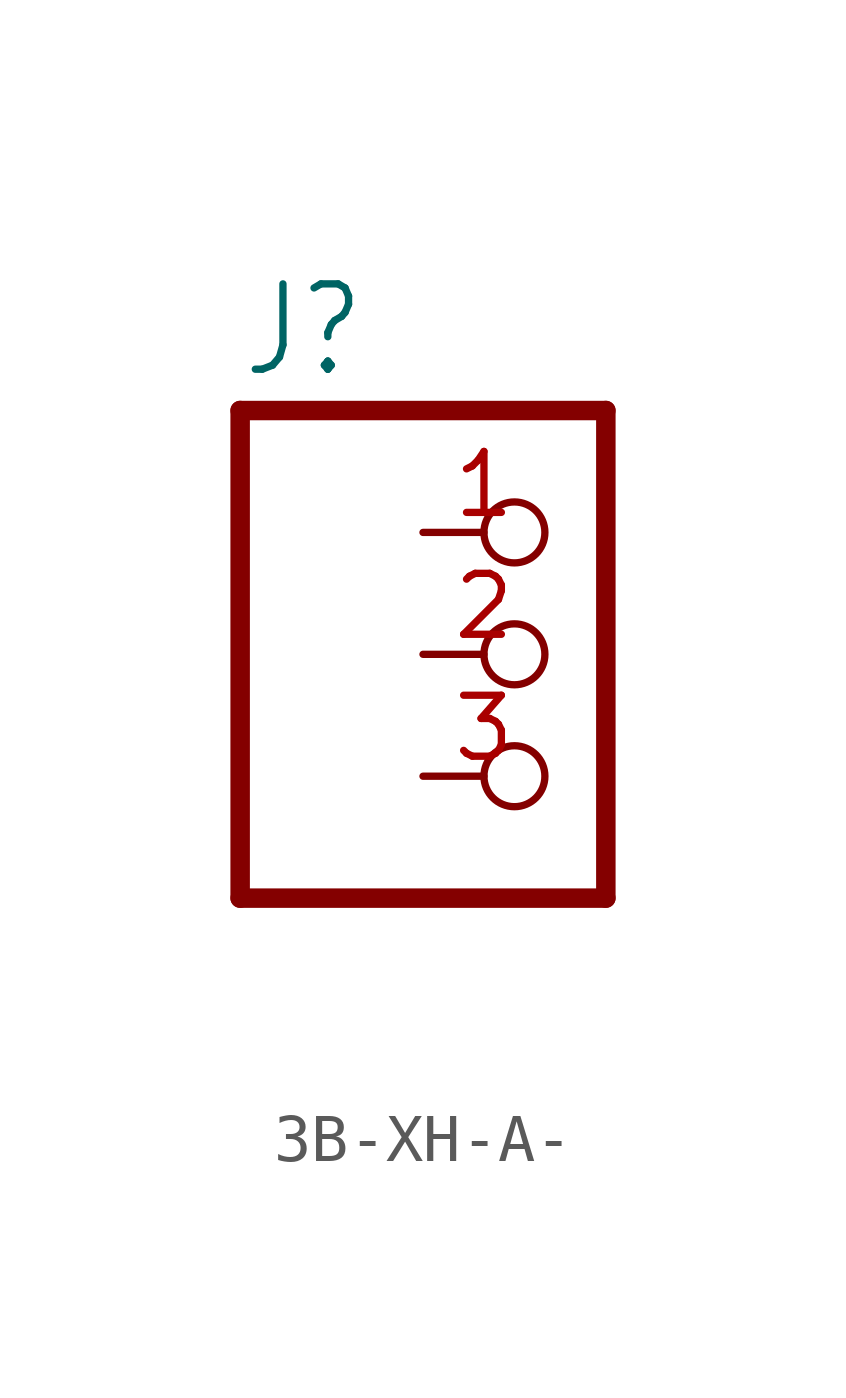
<source format=kicad_sym>
(kicad_symbol_lib
  (version 20231120)
  (generator "kicad_symbol_editor")
  (generator_version "8.0")
  (symbol "3B-XH-A-"
    (property "Reference" "J"
      (at -6.35 5.715 0)
      (effects (font (size 1.778 1.511)) (justify left bottom)))
    (property "Value" ""
      (at -6.35 -7.62 0)
      (effects (font (size 1.778 1.511)) (justify left bottom)))
    (property "ki_locked" ""
      (at 0 0 0)
      (effects (font (size 1.27 1.27))))
    (symbol "3B-XH-A-_1_0"
      (polyline (pts (xy -6.35 -5.08) (xy 1.27 -5.08)) (stroke (width 0.406) (type solid)) (fill (type none)))
      (polyline (pts (xy -6.35 5.08) (xy -6.35 -5.08)) (stroke (width 0.406) (type solid)) (fill (type none)))
      (polyline (pts (xy 1.27 -5.08) (xy 1.27 5.08)) (stroke (width 0.406) (type solid)) (fill (type none)))
      (polyline (pts (xy 1.27 5.08) (xy -6.35 5.08)) (stroke (width 0.406) (type solid)) (fill (type none)))
      (pin passive inverted (at -2.54 2.54 0) (length 2.54) (name "1" (effects (font (size 0 0)))) (number "1" (effects (font (size 1.27 1.27)))))
      (pin passive inverted (at -2.54 0 0) (length 2.54) (name "2" (effects (font (size 0 0)))) (number "2" (effects (font (size 1.27 1.27)))))
      (pin passive inverted (at -2.54 -2.54 0) (length 2.54) (name "3" (effects (font (size 0 0)))) (number "3" (effects (font (size 1.27 1.27))))))))
</source>
